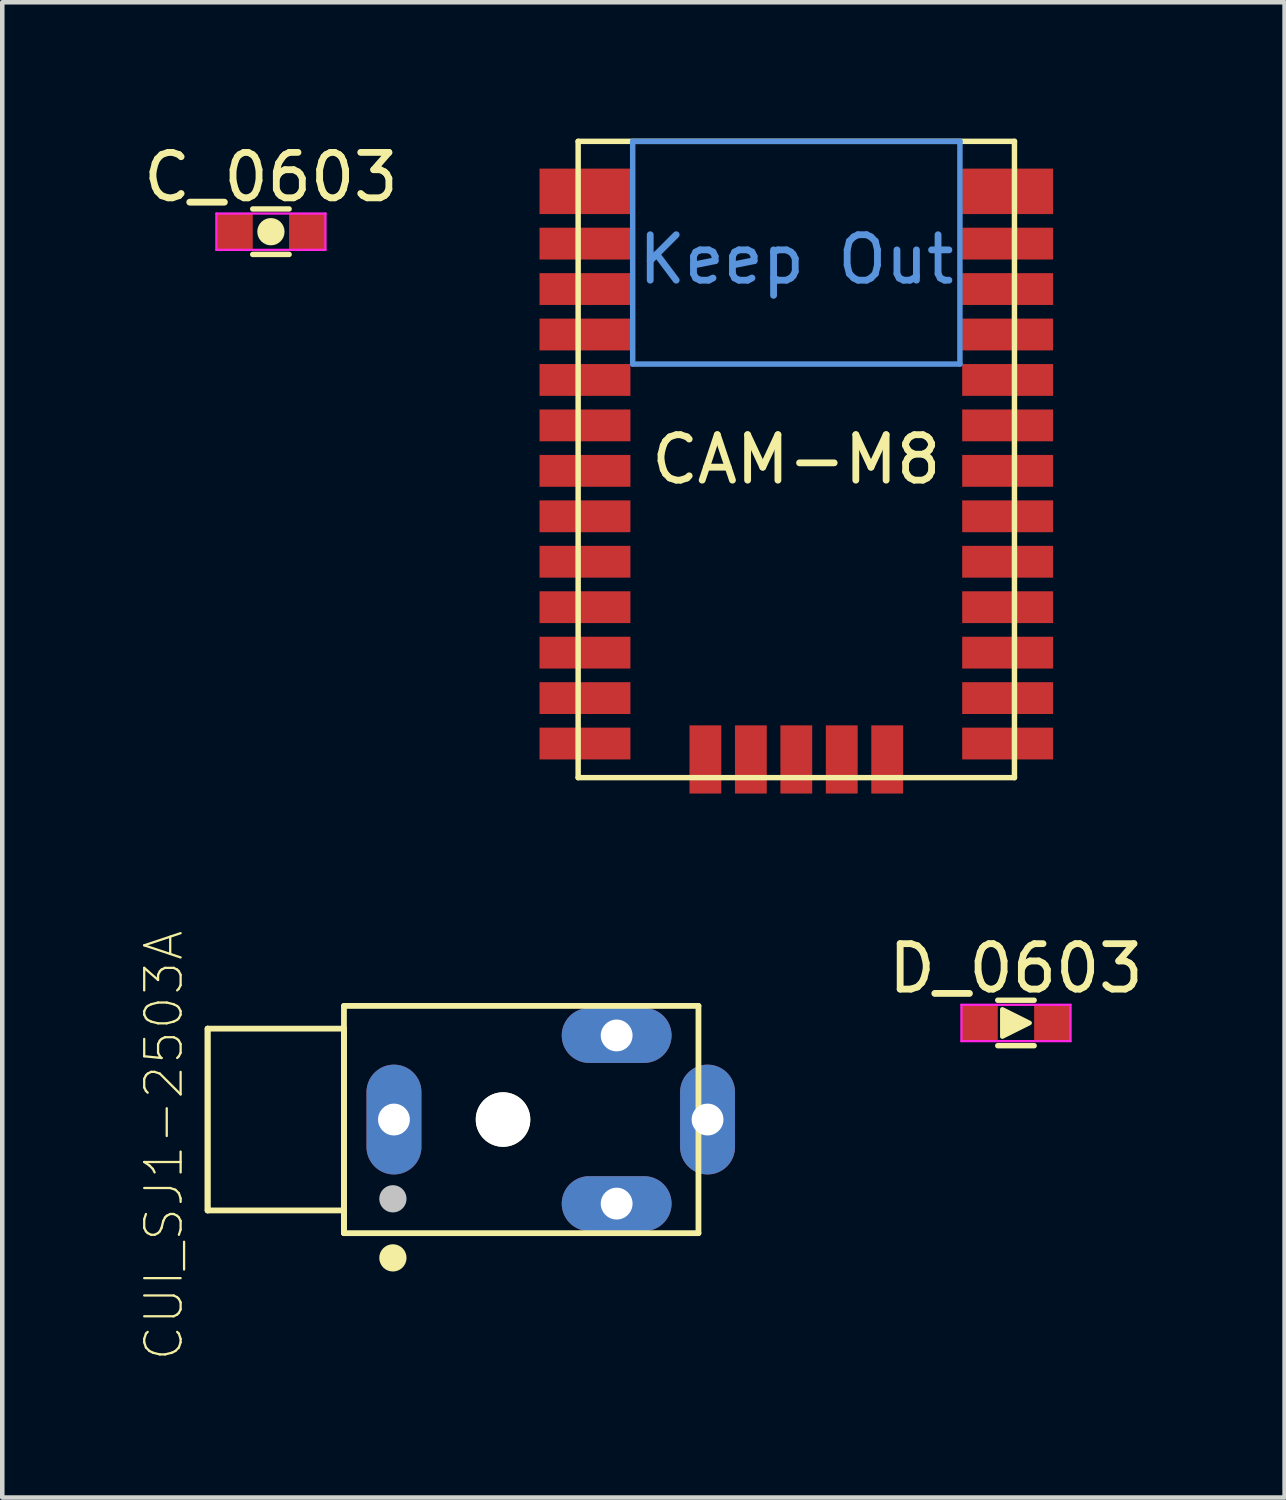
<source format=kicad_pcb>
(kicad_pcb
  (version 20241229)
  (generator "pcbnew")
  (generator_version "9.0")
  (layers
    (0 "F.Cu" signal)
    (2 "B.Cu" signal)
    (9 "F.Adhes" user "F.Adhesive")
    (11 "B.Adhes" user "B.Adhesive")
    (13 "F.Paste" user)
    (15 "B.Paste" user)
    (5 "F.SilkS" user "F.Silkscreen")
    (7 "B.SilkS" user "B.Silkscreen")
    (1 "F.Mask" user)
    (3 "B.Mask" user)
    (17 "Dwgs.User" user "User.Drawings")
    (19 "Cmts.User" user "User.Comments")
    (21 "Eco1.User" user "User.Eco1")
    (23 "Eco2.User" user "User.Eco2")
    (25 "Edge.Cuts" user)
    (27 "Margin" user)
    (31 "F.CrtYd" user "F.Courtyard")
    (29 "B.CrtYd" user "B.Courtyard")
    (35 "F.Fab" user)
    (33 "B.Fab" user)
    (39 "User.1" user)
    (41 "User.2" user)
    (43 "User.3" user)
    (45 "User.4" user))
  (footprint "CAM-M8"
    (layer "F.Cu")
    (at 14.471 7.06)
    (property "Reference" "CAM-M8" (at 0 0 0) (layer "F.SilkS") (effects (font (size 1 1) (thickness 0.15))))
    (fp_line (start -4.8 -7) (end -4.8 7) (stroke (width 0.12) (type solid)) (layer "F.SilkS"))
    (fp_line (start -4.8 -7) (end 4.8 -7) (stroke (width 0.12) (type solid)) (layer "F.SilkS"))
    (fp_line (start -4.8 7) (end 4.8 7) (stroke (width 0.12) (type solid)) (layer "F.SilkS"))
    (fp_line (start 4.8 -7) (end 4.8 7) (stroke (width 0.12) (type solid)) (layer "F.SilkS"))
    (fp_line (start -3.6 -7) (end -3.6 -2.1) (stroke (width 0.12) (type solid)) (layer "Cmts.User"))
    (fp_line (start -3.6 -2.1) (end 3.6 -2.1) (stroke (width 0.12) (type solid)) (layer "Cmts.User"))
    (fp_line (start 3.6 -7) (end -3.6 -7) (stroke (width 0.12) (type solid)) (layer "Cmts.User"))
    (fp_line (start 3.6 -2.1) (end 3.6 -7) (stroke (width 0.12) (type solid)) (layer "Cmts.User"))
    (fp_text user "Keep Out" (at 0 -4.4 0) (layer "Cmts.User") (effects (font (size 1 1) (thickness 0.15))))
    (pad "1" smd rect (at 4.65 6.25 270) (size 0.7 2) (layers "F.Cu" "F.Mask" "F.Paste"))
    (pad "2" smd rect (at 4.65 5.25 270) (size 0.7 2) (layers "F.Cu" "F.Mask" "F.Paste"))
    (pad "3" smd rect (at 4.65 4.25 270) (size 0.7 2) (layers "F.Cu" "F.Mask" "F.Paste"))
    (pad "4" smd rect (at 4.65 3.25 270) (size 0.7 2) (layers "F.Cu" "F.Mask" "F.Paste"))
    (pad "5" smd rect (at 4.65 2.25 270) (size 0.7 2) (layers "F.Cu" "F.Mask" "F.Paste"))
    (pad "6" smd rect (at 4.65 1.25 270) (size 0.7 2) (layers "F.Cu" "F.Mask" "F.Paste"))
    (pad "7" smd rect (at 4.65 0.25 270) (size 0.7 2) (layers "F.Cu" "F.Mask" "F.Paste"))
    (pad "8" smd rect (at 4.65 -0.75 270) (size 0.7 2) (layers "F.Cu" "F.Mask" "F.Paste"))
    (pad "9" smd rect (at 4.65 -1.75 270) (size 0.7 2) (layers "F.Cu" "F.Mask" "F.Paste"))
    (pad "10" smd rect (at 4.65 -2.75 270) (size 0.7 2) (layers "F.Cu" "F.Mask" "F.Paste"))
    (pad "11" smd rect (at 4.65 -3.75 270) (size 0.7 2) (layers "F.Cu" "F.Mask" "F.Paste"))
    (pad "12" smd rect (at 4.65 -4.75 270) (size 0.7 2) (layers "F.Cu" "F.Mask" "F.Paste"))
    (pad "13" smd rect (at 4.65 -5.9 270) (size 1 2) (layers "F.Cu" "F.Mask" "F.Paste"))
    (pad "14" smd rect (at -4.65 -5.9 270) (size 1 2) (layers "F.Cu" "F.Mask" "F.Paste"))
    (pad "15" smd rect (at -4.65 -4.75 270) (size 0.7 2) (layers "F.Cu" "F.Mask" "F.Paste"))
    (pad "16" smd rect (at -4.65 -3.75 270) (size 0.7 2) (layers "F.Cu" "F.Mask" "F.Paste"))
    (pad "17" smd rect (at -4.65 -2.75 270) (size 0.7 2) (layers "F.Cu" "F.Mask" "F.Paste"))
    (pad "18" smd rect (at -4.65 -1.75 270) (size 0.7 2) (layers "F.Cu" "F.Mask" "F.Paste"))
    (pad "19" smd rect (at -4.65 -0.75 270) (size 0.7 2) (layers "F.Cu" "F.Mask" "F.Paste"))
    (pad "20" smd rect (at -4.65 0.25 270) (size 0.7 2) (layers "F.Cu" "F.Mask" "F.Paste"))
    (pad "21" smd rect (at -4.65 1.25 270) (size 0.7 2) (layers "F.Cu" "F.Mask" "F.Paste"))
    (pad "22" smd rect (at -4.65 2.25 270) (size 0.7 2) (layers "F.Cu" "F.Mask" "F.Paste"))
    (pad "23" smd rect (at -4.65 3.25 270) (size 0.7 2) (layers "F.Cu" "F.Mask" "F.Paste"))
    (pad "24" smd rect (at -4.65 4.25 270) (size 0.7 2) (layers "F.Cu" "F.Mask" "F.Paste"))
    (pad "25" smd rect (at -4.65 5.25 270) (size 0.7 2) (layers "F.Cu" "F.Mask" "F.Paste"))
    (pad "26" smd rect (at -4.65 6.25 270) (size 0.7 2) (layers "F.Cu" "F.Mask" "F.Paste"))
    (pad "27" smd rect (at -2 6.6 180) (size 0.7 1.5) (layers "F.Cu" "F.Mask" "F.Paste"))
    (pad "28" smd rect (at -1 6.6 180) (size 0.7 1.5) (layers "F.Cu" "F.Mask" "F.Paste"))
    (pad "29" smd rect (at 0 6.6 180) (size 0.7 1.5) (layers "F.Cu" "F.Mask" "F.Paste"))
    (pad "30" smd rect (at 1 6.6 180) (size 0.7 1.5) (layers "F.Cu" "F.Mask" "F.Paste"))
    (pad "31" smd rect (at 2 6.6 180) (size 0.7 1.5) (layers "F.Cu" "F.Mask" "F.Paste")))
  (footprint "CUI_SJ1-2503A"
    (layer "F.Cu")
    (at 7.955 21.481)
    (property "Reference" "CUI_SJ1-2503A" (at -7.399 0.674 90) (layer "F.SilkS") (effects (font (size 0.801 0.801) (thickness 0.05))))
    (attr through_hole)
    (fp_line (start -6.437 -1.898) (end -6.437 2.102) (stroke (width 0.127) (type solid)) (layer "F.SilkS"))
    (fp_line (start -6.437 -1.898) (end -6.437 2.102) (stroke (width 0.127) (type solid)) (layer "F.SilkS"))
    (fp_line (start -6.437 2.102) (end -3.437 2.102) (stroke (width 0.127) (type solid)) (layer "F.SilkS"))
    (fp_line (start -3.437 -2.398) (end 4.363 -2.398) (stroke (width 0.127) (type solid)) (layer "F.SilkS"))
    (fp_line (start -3.437 -1.898) (end -6.437 -1.898) (stroke (width 0.127) (type solid)) (layer "F.SilkS"))
    (fp_line (start -3.437 -1.898) (end -3.437 -2.398) (stroke (width 0.127) (type solid)) (layer "F.SilkS"))
    (fp_line (start -3.437 2.102) (end -3.437 -1.898) (stroke (width 0.127) (type solid)) (layer "F.SilkS"))
    (fp_line (start -3.437 2.102) (end -3.437 -1.898) (stroke (width 0.127) (type solid)) (layer "F.SilkS"))
    (fp_line (start -3.437 2.602) (end -3.437 2.102) (stroke (width 0.127) (type solid)) (layer "F.SilkS"))
    (fp_line (start -3.437 2.602) (end -3.437 2.102) (stroke (width 0.127) (type solid)) (layer "F.SilkS"))
    (fp_line (start 4.363 -2.398) (end 4.363 2.602) (stroke (width 0.127) (type solid)) (layer "F.SilkS"))
    (fp_line (start 4.363 2.602) (end -3.437 2.602) (stroke (width 0.127) (type solid)) (layer "F.SilkS"))
    (fp_circle (center -2.36 3.146) (end -2.36 2.996) (stroke (width 0.3) (type solid)) (fill no) (layer "F.SilkS"))
    (fp_circle (center -2.36 1.846) (end -2.36 1.696) (stroke (width 0.3) (type solid)) (fill no) (layer "Dwgs.User"))
    (fp_line (start -6.687 -2.148) (end -6.687 2.352) (stroke (width 0.05) (type solid)) (layer "Eco1.User"))
    (fp_line (start -6.687 2.352) (end -3.687 2.352) (stroke (width 0.05) (type solid)) (layer "Eco1.User"))
    (fp_line (start -3.687 -2.648) (end -3.687 -2.148) (stroke (width 0.05) (type solid)) (layer "Eco1.User"))
    (fp_line (start -3.687 -2.148) (end -6.687 -2.148) (stroke (width 0.05) (type solid)) (layer "Eco1.User"))
    (fp_line (start -3.687 2.352) (end -3.687 2.852) (stroke (width 0.05) (type solid)) (layer "Eco1.User"))
    (fp_line (start -3.687 2.852) (end 4.613 2.852) (stroke (width 0.05) (type solid)) (layer "Eco1.User"))
    (fp_line (start 4.613 -2.648) (end -3.687 -2.648) (stroke (width 0.05) (type solid)) (layer "Eco1.User"))
    (fp_line (start 4.613 -1.348) (end 4.613 -2.648) (stroke (width 0.05) (type solid)) (layer "Eco1.User"))
    (fp_line (start 4.613 1.552) (end 5.413 1.552) (stroke (width 0.05) (type solid)) (layer "Eco1.User"))
    (fp_line (start 4.613 2.852) (end 4.613 1.552) (stroke (width 0.05) (type solid)) (layer "Eco1.User"))
    (fp_line (start 5.413 -1.348) (end 4.613 -1.348) (stroke (width 0.05) (type solid)) (layer "Eco1.User"))
    (fp_line (start 5.413 1.552) (end 5.413 -1.348) (stroke (width 0.05) (type solid)) (layer "Eco1.User"))
    (fp_line (start -2.687 -0.648) (end -1.987 -0.648) (stroke (width 0.001) (type solid)) (layer "Edge.Cuts"))
    (fp_line (start -2.687 0.852) (end -2.687 -0.648) (stroke (width 0.001) (type solid)) (layer "Edge.Cuts"))
    (fp_line (start -1.987 -0.648) (end -1.987 0.852) (stroke (width 0.001) (type solid)) (layer "Edge.Cuts"))
    (fp_line (start -1.987 0.852) (end -2.687 0.852) (stroke (width 0.001) (type solid)) (layer "Edge.Cuts"))
    (fp_line (start 1.813 -2.098) (end 3.313 -2.098) (stroke (width 0.001) (type solid)) (layer "Edge.Cuts"))
    (fp_line (start 1.813 -1.398) (end 1.813 -2.098) (stroke (width 0.001) (type solid)) (layer "Edge.Cuts"))
    (fp_line (start 1.813 1.602) (end 3.313 1.602) (stroke (width 0.001) (type solid)) (layer "Edge.Cuts"))
    (fp_line (start 1.813 2.302) (end 1.813 1.602) (stroke (width 0.001) (type solid)) (layer "Edge.Cuts"))
    (fp_line (start 3.313 -2.098) (end 3.313 -1.398) (stroke (width 0.001) (type solid)) (layer "Edge.Cuts"))
    (fp_line (start 3.313 -1.398) (end 1.813 -1.398) (stroke (width 0.001) (type solid)) (layer "Edge.Cuts"))
    (fp_line (start 3.313 1.602) (end 3.313 2.302) (stroke (width 0.001) (type solid)) (layer "Edge.Cuts"))
    (fp_line (start 3.313 2.302) (end 1.813 2.302) (stroke (width 0.001) (type solid)) (layer "Edge.Cuts"))
    (fp_line (start 4.213 -0.648) (end 4.913 -0.648) (stroke (width 0.001) (type solid)) (layer "Edge.Cuts"))
    (fp_line (start 4.213 0.852) (end 4.213 -0.648) (stroke (width 0.001) (type solid)) (layer "Edge.Cuts"))
    (fp_line (start 4.913 -0.648) (end 4.913 0.852) (stroke (width 0.001) (type solid)) (layer "Edge.Cuts"))
    (fp_line (start 4.913 0.852) (end 4.213 0.852) (stroke (width 0.001) (type solid)) (layer "Edge.Cuts"))
    (pad "" np_thru_hole circle (at 0.063 0.102 90) (size 1.2 1.2) (drill 1.2) (layers "*.Cu" "*.Mask" "F.SilkS"))
    (pad "1" thru_hole oval (at -2.337 0.102 90) (size 2.416 1.208) (drill 0.7) (layers "*.Cu" "*.Mask"))
    (pad "2" thru_hole oval (at 2.563 1.952 180) (size 2.416 1.208) (drill 0.7) (layers "*.Cu" "*.Mask"))
    (pad "3" thru_hole oval (at 2.563 -1.748 180) (size 2.416 1.208) (drill 0.7) (layers "*.Cu" "*.Mask"))
    (pad "4" thru_hole oval (at 4.563 0.102 270) (size 2.416 1.208) (drill 0.7) (layers "*.Cu" "*.Mask")))
  (footprint "D_0603"
    (layer "F.Cu")
    (at 19.304 19.458)
    (property "Reference" "D_0603" (at 0 -1.2 0) (layer "F.SilkS") (effects (font (size 1 1) (thickness 0.15))))
    (attr through_hole)
    (fp_line (start -0.4 -0.5) (end 0.4 -0.5) (stroke (width 0.12) (type solid)) (layer "F.SilkS"))
    (fp_line (start -0.4 0.5) (end 0.4 0.5) (stroke (width 0.12) (type solid)) (layer "F.SilkS"))
    (fp_poly (pts (xy -0.3 -0.3) (xy -0.3 0.3) (xy 0.3 0)) (stroke (width 0.1) (type solid)) (fill yes) (layer "F.SilkS"))
    (fp_line (start -1.2 -0.4) (end 1.2 -0.4) (stroke (width 0.05) (type solid)) (layer "F.CrtYd"))
    (fp_line (start -1.2 0.4) (end -1.2 -0.4) (stroke (width 0.05) (type solid)) (layer "F.CrtYd"))
    (fp_line (start 1.2 -0.4) (end 1.2 0.4) (stroke (width 0.05) (type solid)) (layer "F.CrtYd"))
    (fp_line (start 1.2 0.4) (end -1.2 0.4) (stroke (width 0.05) (type solid)) (layer "F.CrtYd"))
    (pad "1" smd rect (at -0.8 0) (size 0.8 0.8) (layers "F.Cu" "F.Mask" "F.Paste"))
    (pad "2" smd rect (at 0.8 0) (size 0.8 0.8) (layers "F.Cu" "F.Mask" "F.Paste")))
  (footprint "C_0603"
    (layer "F.Cu")
    (at 2.911 2.048)
    (property "Reference" "C_0603" (at 0 -1.2 0) (layer "F.SilkS") (effects (font (size 1 1) (thickness 0.15))))
    (attr through_hole)
    (fp_line (start -0.4 -0.5) (end 0.4 -0.5) (stroke (width 0.12) (type solid)) (layer "F.SilkS"))
    (fp_line (start -0.4 0.5) (end 0.4 0.5) (stroke (width 0.12) (type solid)) (layer "F.SilkS"))
    (fp_circle (center 0 0) (end 0.15 0) (stroke (width 0.3) (type solid)) (fill no) (layer "F.SilkS"))
    (fp_line (start -1.2 -0.4) (end 1.2 -0.4) (stroke (width 0.05) (type solid)) (layer "F.CrtYd"))
    (fp_line (start -1.2 0.4) (end -1.2 -0.4) (stroke (width 0.05) (type solid)) (layer "F.CrtYd"))
    (fp_line (start 1.2 -0.4) (end 1.2 0.4) (stroke (width 0.05) (type solid)) (layer "F.CrtYd"))
    (fp_line (start 1.2 0.4) (end -1.2 0.4) (stroke (width 0.05) (type solid)) (layer "F.CrtYd"))
    (pad "1" smd rect (at -0.8 0) (size 0.8 0.8) (layers "F.Cu" "F.Mask" "F.Paste"))
    (pad "2" smd rect (at 0.8 0) (size 0.8 0.8) (layers "F.Cu" "F.Mask" "F.Paste")))
  (gr_rect
    (start -3 -3)
    (end 25.215 29.9)
    (stroke (width 0.1) (type default))
    (fill no)
    (layer "Edge.Cuts")))
</source>
